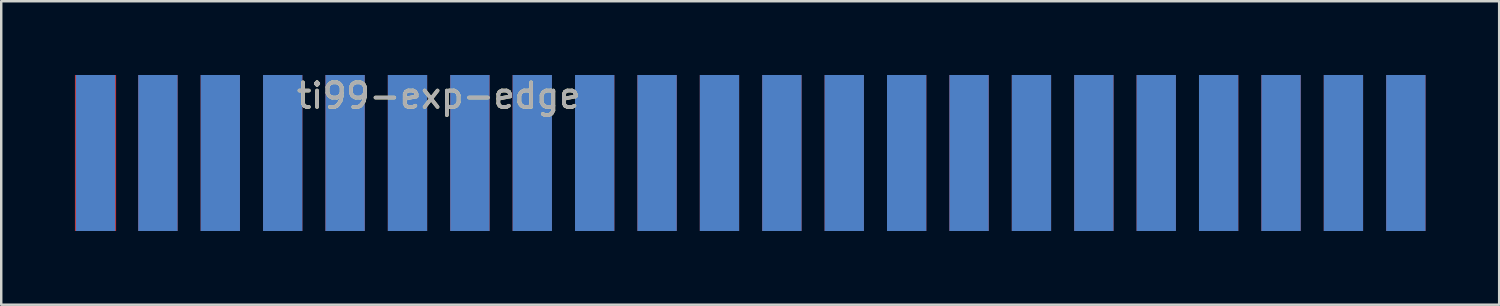
<source format=kicad_pcb>
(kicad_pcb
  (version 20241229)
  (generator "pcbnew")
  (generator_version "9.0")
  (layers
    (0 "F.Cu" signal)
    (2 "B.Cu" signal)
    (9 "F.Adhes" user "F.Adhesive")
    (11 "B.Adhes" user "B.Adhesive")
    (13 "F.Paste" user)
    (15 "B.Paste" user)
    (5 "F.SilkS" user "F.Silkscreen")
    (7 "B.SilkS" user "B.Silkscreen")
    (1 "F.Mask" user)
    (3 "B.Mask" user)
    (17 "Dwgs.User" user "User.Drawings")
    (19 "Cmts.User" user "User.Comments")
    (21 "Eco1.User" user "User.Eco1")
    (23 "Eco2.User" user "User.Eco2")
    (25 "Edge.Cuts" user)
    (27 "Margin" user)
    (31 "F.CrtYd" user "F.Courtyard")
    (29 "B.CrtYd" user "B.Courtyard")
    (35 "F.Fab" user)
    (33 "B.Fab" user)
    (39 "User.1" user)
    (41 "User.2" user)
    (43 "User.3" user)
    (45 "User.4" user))
  (footprint "ti99-exp-edge"
    (layer "F.Cu")
    (at 13.538 3.178)
    (property "Reference" "ti99-exp-edge" (at 1.27 -2.33 180) (layer "F.SilkS") (effects (font (size 1 1) (thickness 0.15))))
    (attr through_hole)
    (fp_text user "${REFERENCE}" (at 1.27 -2.33 180) (layer "F.Fab") (effects (font (size 1 1) (thickness 0.15))))
    (pad "1" connect rect (at 40.64 0 270) (size 6.35 1.6) (layers "B.Cu" "B.Mask"))
    (pad "2" connect rect (at 40.64 0 270) (size 6.35 1.6) (layers "F.Cu" "F.Mask"))
    (pad "3" connect rect (at 38.1 0 270) (size 6.35 1.6) (layers "B.Cu" "B.Mask"))
    (pad "4" connect rect (at 38.1 0 270) (size 6.35 1.6) (layers "F.Cu" "F.Mask"))
    (pad "5" connect rect (at 35.56 0 270) (size 6.35 1.6) (layers "B.Cu" "B.Mask"))
    (pad "6" connect rect (at 35.56 0 270) (size 6.35 1.6) (layers "F.Cu" "F.Mask"))
    (pad "7" connect rect (at 33.02 0 270) (size 6.35 1.6) (layers "B.Cu" "B.Mask"))
    (pad "8" connect rect (at 33.02 0 270) (size 6.35 1.6) (layers "F.Cu" "F.Mask"))
    (pad "9" connect rect (at 30.48 0 270) (size 6.35 1.6) (layers "B.Cu" "B.Mask"))
    (pad "10" connect rect (at 30.48 0 270) (size 6.35 1.6) (layers "F.Cu" "F.Mask"))
    (pad "11" connect rect (at 27.94 0 270) (size 6.35 1.6) (layers "B.Cu" "B.Mask"))
    (pad "12" connect rect (at 27.94 0 270) (size 6.35 1.6) (layers "F.Cu" "F.Mask"))
    (pad "13" connect rect (at 25.4 0 270) (size 6.35 1.6) (layers "B.Cu" "B.Mask"))
    (pad "14" connect rect (at 25.4 0 270) (size 6.35 1.6) (layers "F.Cu" "F.Mask"))
    (pad "15" connect rect (at 22.86 0 270) (size 6.35 1.6) (layers "B.Cu" "B.Mask"))
    (pad "16" connect rect (at 22.86 0 270) (size 6.35 1.6) (layers "F.Cu" "F.Mask"))
    (pad "17" connect rect (at 20.32 0 270) (size 6.35 1.6) (layers "B.Cu" "B.Mask"))
    (pad "18" connect rect (at 20.32 0 270) (size 6.35 1.6) (layers "F.Cu" "F.Mask"))
    (pad "19" connect rect (at 17.78 0 270) (size 6.35 1.6) (layers "B.Cu" "B.Mask"))
    (pad "20" connect rect (at 17.78 0 270) (size 6.35 1.6) (layers "F.Cu" "F.Mask"))
    (pad "21" connect rect (at 15.24 0 270) (size 6.35 1.6) (layers "B.Cu" "B.Mask"))
    (pad "22" connect rect (at 15.24 0 270) (size 6.35 1.6) (layers "F.Cu" "F.Mask"))
    (pad "23" connect rect (at 12.7 0 270) (size 6.35 1.6) (layers "B.Cu" "B.Mask"))
    (pad "24" connect rect (at 12.7 0 270) (size 6.35 1.6) (layers "F.Cu" "F.Mask"))
    (pad "25" connect rect (at 10.16 0 270) (size 6.35 1.6) (layers "B.Cu" "B.Mask"))
    (pad "26" connect rect (at 10.16 0 270) (size 6.35 1.6) (layers "F.Cu" "F.Mask"))
    (pad "27" connect rect (at 7.62 0 270) (size 6.35 1.6) (layers "B.Cu" "B.Mask"))
    (pad "28" connect rect (at 7.62 0 270) (size 6.35 1.6) (layers "F.Cu" "F.Mask"))
    (pad "29" connect rect (at 5.08 0 270) (size 6.35 1.6) (layers "B.Cu" "B.Mask"))
    (pad "30" connect rect (at 5.08 0 270) (size 6.35 1.6) (layers "F.Cu" "F.Mask"))
    (pad "31" connect rect (at 2.54 0 270) (size 6.35 1.6) (layers "B.Cu" "B.Mask"))
    (pad "32" connect rect (at 2.54 0 270) (size 6.35 1.6) (layers "F.Cu" "F.Mask"))
    (pad "33" connect rect (at 0 0 270) (size 6.35 1.6) (layers "B.Cu" "B.Mask"))
    (pad "34" connect rect (at 0 0 270) (size 6.35 1.6) (layers "F.Cu" "F.Mask"))
    (pad "35" connect rect (at -2.54 0 270) (size 6.35 1.6) (layers "B.Cu" "B.Mask"))
    (pad "36" connect rect (at -2.54 0 270) (size 6.35 1.6) (layers "F.Cu" "F.Mask"))
    (pad "37" connect rect (at -5.08 0 270) (size 6.35 1.6) (layers "B.Cu" "B.Mask"))
    (pad "38" connect rect (at -5.08 0 270) (size 6.35 1.6) (layers "F.Cu" "F.Mask"))
    (pad "39" connect rect (at -7.62 0 270) (size 6.35 1.6) (layers "B.Cu" "B.Mask"))
    (pad "40" connect rect (at -7.62 0 270) (size 6.35 1.6) (layers "F.Cu" "F.Mask"))
    (pad "41" connect rect (at -10.16 0 270) (size 6.35 1.6) (layers "B.Cu" "B.Mask"))
    (pad "42" connect rect (at -10.16 0 270) (size 6.35 1.6) (layers "F.Cu" "F.Mask"))
    (pad "43" connect rect (at -12.7 0 270) (size 6.35 1.6) (layers "B.Cu" "B.Mask"))
    (pad "44" connect rect (at -12.7 0 270) (size 6.35 1.676) (layers "F.Cu" "F.Mask")))
  (gr_rect
    (start -3 -3)
    (end 57.978 9.353)
    (stroke (width 0.1) (type default))
    (fill no)
    (layer "Edge.Cuts")))
</source>
